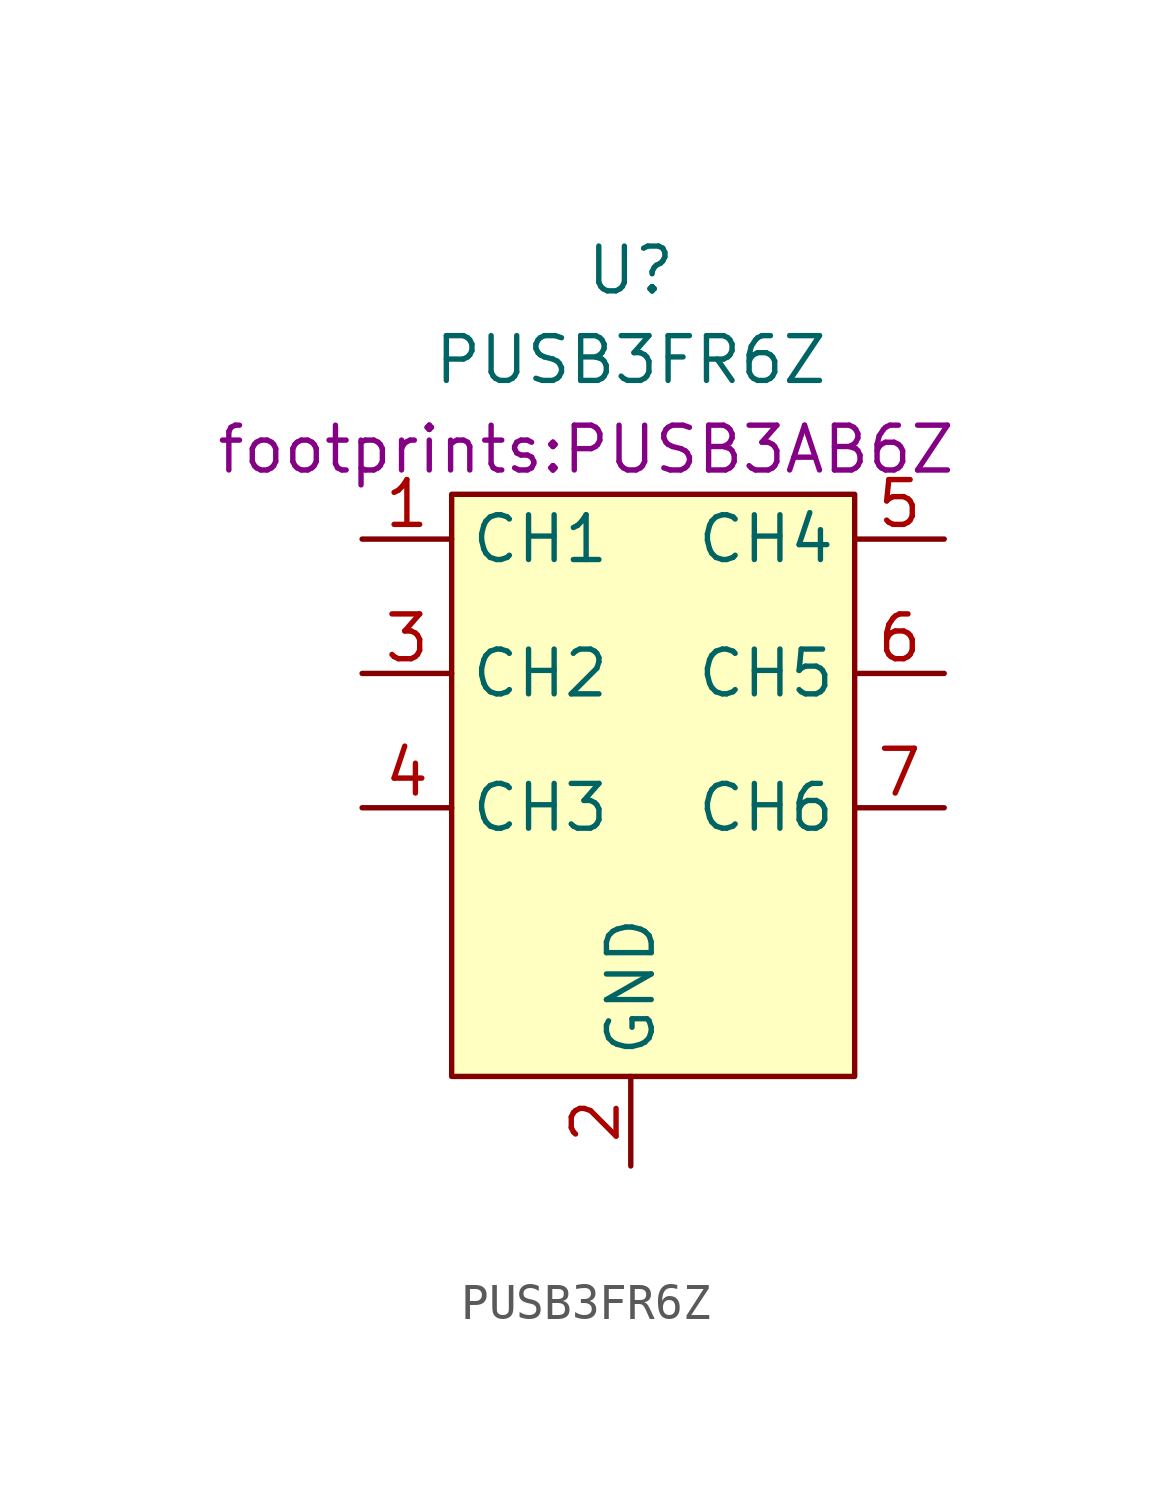
<source format=kicad_sym>
(kicad_symbol_lib
  (version 20211014)
  (generator kicad_symbol_editor)
  (symbol "PUSB3FR6Z"
    (property "Reference" "U"
      (at 0 13.97 0)
      (effects (font (size 1.27 1.27))))
    (property "Value" "PUSB3FR6Z"
      (at 0 11.43 0)
      (effects (font (size 1.27 1.27))))
    (property "Footprint" "footprints:PUSB3AB6Z"
      (at -1.27 8.89 0)
      (effects (font (size 1.27 1.27))))
    (symbol "PUSB3FR6Z_0_0"
      (pin unspecified line (at -7.62 6.35 0) (length 2.54) (name "CH1" (effects (font (size 1.27 1.27)))) (number "1" (effects (font (size 1.27 1.27)))))
      (pin power_in line (at 0 -11.43 90) (length 2.54) (name "GND" (effects (font (size 1.27 1.27)))) (number "2" (effects (font (size 1.27 1.27)))))
      (pin unspecified line (at -7.62 2.54 0) (length 2.54) (name "CH2" (effects (font (size 1.27 1.27)))) (number "3" (effects (font (size 1.27 1.27)))))
      (pin unspecified line (at -7.62 -1.27 0) (length 2.54) (name "CH3" (effects (font (size 1.27 1.27)))) (number "4" (effects (font (size 1.27 1.27)))))
      (pin unspecified line (at 8.89 6.35 180) (length 2.54) (name "CH4" (effects (font (size 1.27 1.27)))) (number "5" (effects (font (size 1.27 1.27)))))
      (pin unspecified line (at 8.89 2.54 180) (length 2.54) (name "CH5" (effects (font (size 1.27 1.27)))) (number "6" (effects (font (size 1.27 1.27)))))
      (pin unspecified line (at 8.89 -1.27 180) (length 2.54) (name "CH6" (effects (font (size 1.27 1.27)))) (number "7" (effects (font (size 1.27 1.27))))))
    (symbol "PUSB3FR6Z_0_1"
      (rectangle (start -5.08 7.62) (end 6.35 -8.89) (stroke (width 0) (type default) (color 0 0 0 0)) (fill (type background))))))
</source>
